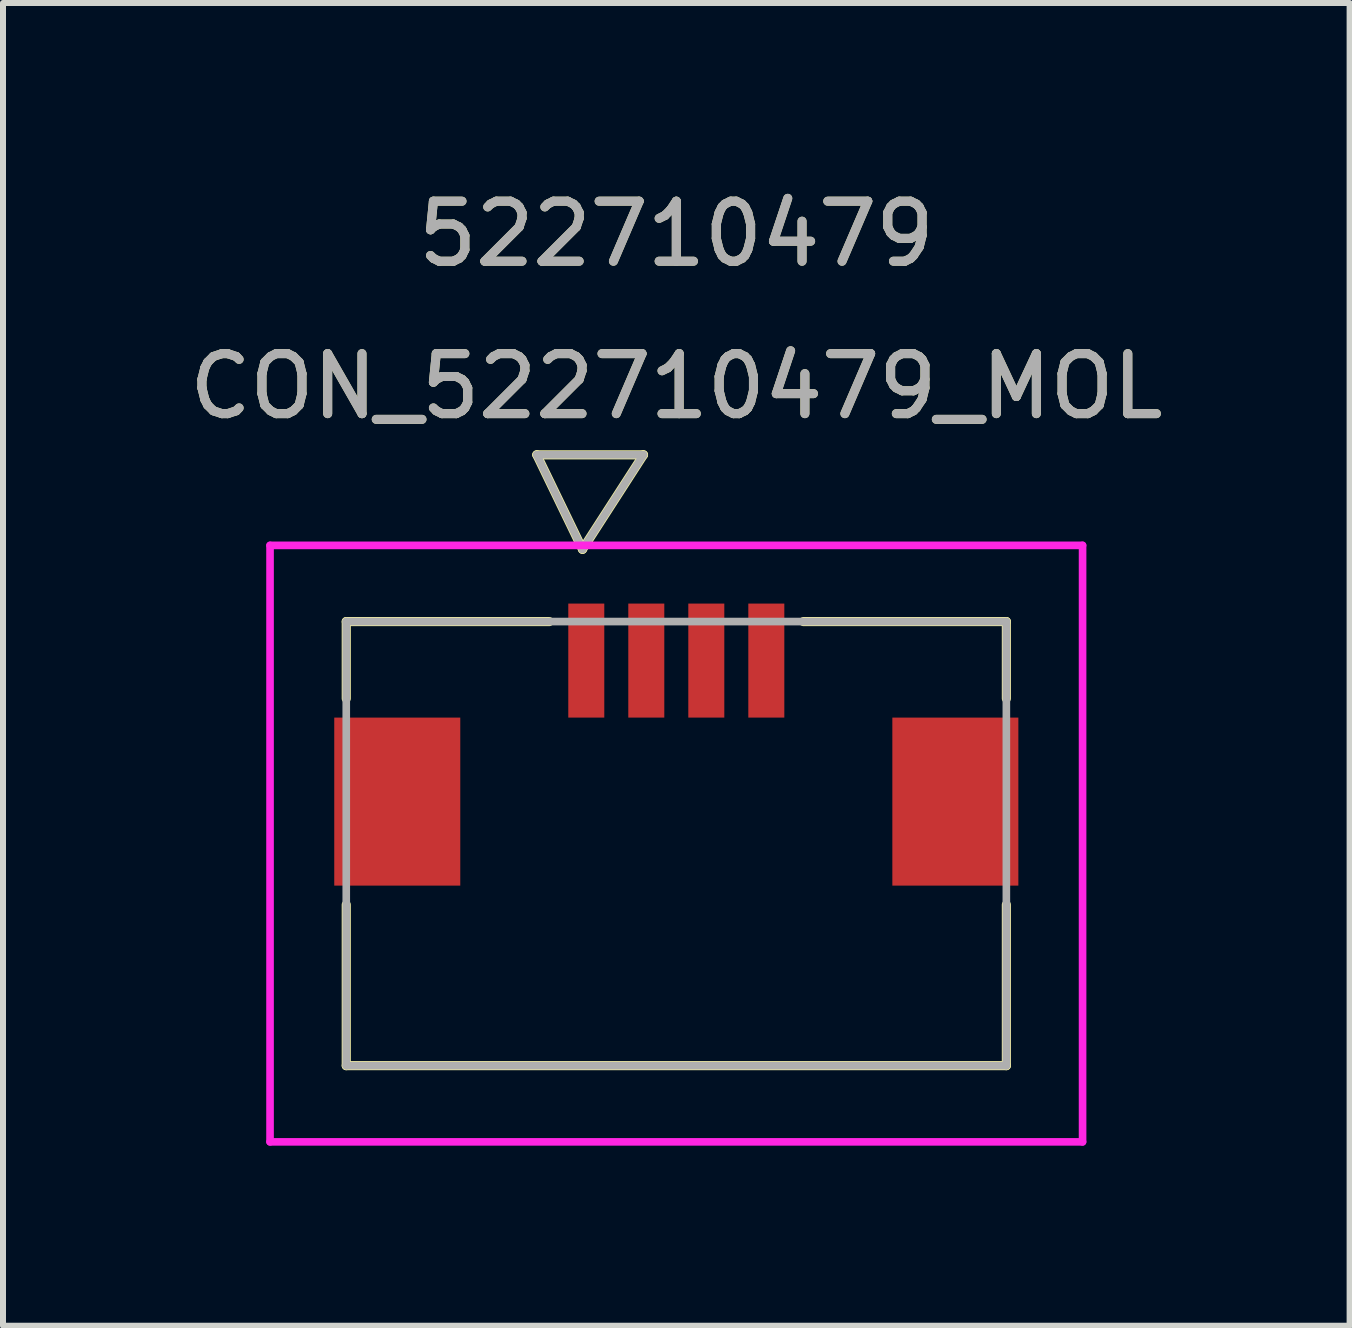
<source format=kicad_pcb>
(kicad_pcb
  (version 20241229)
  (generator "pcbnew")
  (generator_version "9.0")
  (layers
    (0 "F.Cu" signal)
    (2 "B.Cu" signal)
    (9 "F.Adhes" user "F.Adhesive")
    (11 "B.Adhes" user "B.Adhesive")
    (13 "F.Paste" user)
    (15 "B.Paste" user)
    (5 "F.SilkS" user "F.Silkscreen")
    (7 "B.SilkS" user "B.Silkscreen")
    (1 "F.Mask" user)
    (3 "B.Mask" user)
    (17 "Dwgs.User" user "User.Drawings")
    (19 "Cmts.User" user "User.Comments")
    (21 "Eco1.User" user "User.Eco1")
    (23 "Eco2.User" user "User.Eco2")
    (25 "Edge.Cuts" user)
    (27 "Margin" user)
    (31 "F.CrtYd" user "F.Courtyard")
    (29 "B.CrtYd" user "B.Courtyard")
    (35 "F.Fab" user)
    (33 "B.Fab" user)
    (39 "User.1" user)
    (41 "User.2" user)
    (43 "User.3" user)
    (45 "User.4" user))
  (footprint "CON_522710479_MOL"
    (layer "F.Cu")
    (at 8.22 11.008)
    (property "Reference" "CON_522710479_MOL" (at 0 -7.62 0) (unlocked yes) (layer "F.SilkS") (effects (font (size 1 1) (thickness 0.15))))
    (attr smd)
    (fp_line (start -5.5 -3.7) (end -5.5 -2.417) (stroke (width 0.152) (type solid)) (layer "F.SilkS"))
    (fp_line (start -5.5 1.018) (end -5.5 3.7) (stroke (width 0.152) (type solid)) (layer "F.SilkS"))
    (fp_line (start -5.5 3.7) (end 5.5 3.7) (stroke (width 0.152) (type solid)) (layer "F.SilkS"))
    (fp_line (start -2.325 -6.479) (end -1.563 -4.904) (stroke (width 0.152) (type solid)) (layer "F.SilkS"))
    (fp_line (start -2.325 -6.479) (end -0.547 -6.479) (stroke (width 0.152) (type solid)) (layer "F.SilkS"))
    (fp_line (start -2.117 -3.7) (end -5.5 -3.7) (stroke (width 0.152) (type solid)) (layer "F.SilkS"))
    (fp_line (start -0.547 -6.479) (end -1.563 -4.904) (stroke (width 0.152) (type solid)) (layer "F.SilkS"))
    (fp_line (start 5.5 -3.7) (end 2.118 -3.7) (stroke (width 0.152) (type solid)) (layer "F.SilkS"))
    (fp_line (start 5.5 -2.417) (end 5.5 -3.7) (stroke (width 0.152) (type solid)) (layer "F.SilkS"))
    (fp_line (start 5.5 3.7) (end 5.5 1.018) (stroke (width 0.152) (type solid)) (layer "F.SilkS"))
    (fp_line (start -6.77 -4.97) (end -6.77 4.97) (stroke (width 0.127) (type solid)) (layer "F.CrtYd"))
    (fp_line (start -6.77 4.97) (end 6.77 4.97) (stroke (width 0.127) (type solid)) (layer "F.CrtYd"))
    (fp_line (start 6.77 -4.97) (end -6.77 -4.97) (stroke (width 0.127) (type solid)) (layer "F.CrtYd"))
    (fp_line (start 6.77 4.97) (end 6.77 -4.97) (stroke (width 0.127) (type solid)) (layer "F.CrtYd"))
    (fp_line (start -5.5 -3.7) (end -5.5 3.7) (stroke (width 0.127) (type solid)) (layer "F.Fab"))
    (fp_line (start -5.5 3.7) (end 5.5 3.7) (stroke (width 0.127) (type solid)) (layer "F.Fab"))
    (fp_line (start -2.325 -6.479) (end -1.563 -4.904) (stroke (width 0.127) (type solid)) (layer "F.Fab"))
    (fp_line (start -2.325 -6.479) (end -0.547 -6.479) (stroke (width 0.127) (type solid)) (layer "F.Fab"))
    (fp_line (start -0.547 -6.479) (end -1.563 -4.904) (stroke (width 0.127) (type solid)) (layer "F.Fab"))
    (fp_line (start 5.5 -3.7) (end -5.5 -3.7) (stroke (width 0.127) (type solid)) (layer "F.Fab"))
    (fp_line (start 5.5 3.7) (end 5.5 -3.7) (stroke (width 0.127) (type solid)) (layer "F.Fab"))
    (fp_text user "522710479" (at 0 -10.16 0) (unlocked yes) (layer "F.SilkS") (effects (font (size 1 1) (thickness 0.15))))
    (fp_text user "${REFERENCE}" (at 0 -7.62 0) (unlocked yes) (layer "F.Fab") (effects (font (size 1 1) (thickness 0.15))))
    (fp_text user "522710479" (at 0 -10.16 0) (unlocked yes) (layer "F.Fab") (effects (font (size 1 1) (thickness 0.15))))
    (pad "1" smd rect (at -1.5 -3.05) (size 0.6 1.9) (layers "F.Cu" "F.Mask" "F.Paste"))
    (pad "2" smd rect (at -0.5 -3.05) (size 0.6 1.9) (layers "F.Cu" "F.Mask" "F.Paste"))
    (pad "3" smd rect (at 0.5 -3.05) (size 0.6 1.9) (layers "F.Cu" "F.Mask" "F.Paste"))
    (pad "4" smd rect (at 1.5 -3.05) (size 0.6 1.9) (layers "F.Cu" "F.Mask" "F.Paste"))
    (pad "P1" smd rect (at -4.65 -0.7) (size 2.1 2.8) (layers "F.Cu" "F.Mask" "F.Paste"))
    (pad "P2" smd rect (at 4.65 -0.7) (size 2.1 2.8) (layers "F.Cu" "F.Mask" "F.Paste")))
  (gr_rect
    (start -3 -3)
    (end 19.44 19.042)
    (stroke (width 0.1) (type default))
    (fill no)
    (layer "Edge.Cuts")))
</source>
